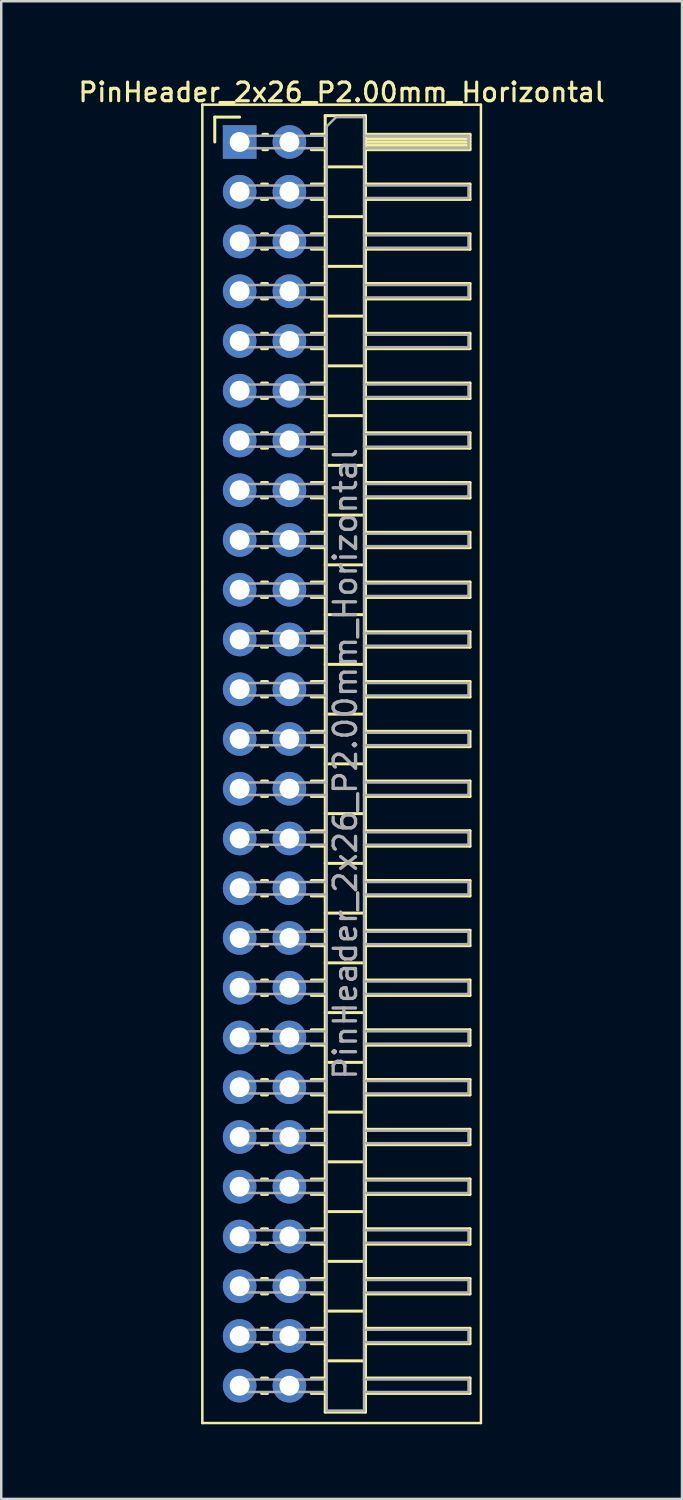
<source format=kicad_pcb>
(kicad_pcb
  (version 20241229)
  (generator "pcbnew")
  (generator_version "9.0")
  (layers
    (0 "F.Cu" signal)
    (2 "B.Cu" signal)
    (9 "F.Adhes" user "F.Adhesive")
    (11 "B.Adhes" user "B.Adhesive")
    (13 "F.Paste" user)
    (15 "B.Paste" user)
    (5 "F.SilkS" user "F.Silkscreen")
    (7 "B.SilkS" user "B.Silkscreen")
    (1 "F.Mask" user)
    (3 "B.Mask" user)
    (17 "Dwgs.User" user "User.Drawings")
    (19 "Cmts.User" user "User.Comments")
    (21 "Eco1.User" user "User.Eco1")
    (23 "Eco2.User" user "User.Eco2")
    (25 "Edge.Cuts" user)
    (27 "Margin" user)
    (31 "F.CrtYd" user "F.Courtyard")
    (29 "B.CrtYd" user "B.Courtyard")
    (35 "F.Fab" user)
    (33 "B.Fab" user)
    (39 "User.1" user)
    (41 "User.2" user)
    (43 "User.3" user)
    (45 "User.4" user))
  (footprint "PinHeader_2x26_P2.00mm_Horizontal"
    (layer "F.Cu")
    (at 6.584 2.658)
    (property "Reference" "PinHeader_2x26_P2.00mm_Horizontal" (at 4.1 -2 0) (layer "F.SilkS") (effects (font (size 0.75 0.75) (thickness 0.125))))
    (attr through_hole)
    (fp_line (start -1.5 -1.5) (end -1.5 51.5) (stroke (width 0.1) (type solid)) (layer "F.SilkS"))
    (fp_line (start -1.5 51.5) (end 9.7 51.5) (stroke (width 0.1) (type solid)) (layer "F.SilkS"))
    (fp_line (start -1 -1) (end 0 -1) (stroke (width 0.12) (type solid)) (layer "F.SilkS"))
    (fp_line (start -1 0) (end -1 -1) (stroke (width 0.12) (type solid)) (layer "F.SilkS"))
    (fp_line (start 0.882 1.69) (end 1.118 1.69) (stroke (width 0.12) (type solid)) (layer "F.SilkS"))
    (fp_line (start 0.882 2.31) (end 1.118 2.31) (stroke (width 0.12) (type solid)) (layer "F.SilkS"))
    (fp_line (start 0.882 3.69) (end 1.118 3.69) (stroke (width 0.12) (type solid)) (layer "F.SilkS"))
    (fp_line (start 0.882 4.31) (end 1.118 4.31) (stroke (width 0.12) (type solid)) (layer "F.SilkS"))
    (fp_line (start 0.882 5.69) (end 1.118 5.69) (stroke (width 0.12) (type solid)) (layer "F.SilkS"))
    (fp_line (start 0.882 6.31) (end 1.118 6.31) (stroke (width 0.12) (type solid)) (layer "F.SilkS"))
    (fp_line (start 0.882 7.69) (end 1.118 7.69) (stroke (width 0.12) (type solid)) (layer "F.SilkS"))
    (fp_line (start 0.882 8.31) (end 1.118 8.31) (stroke (width 0.12) (type solid)) (layer "F.SilkS"))
    (fp_line (start 0.882 9.69) (end 1.118 9.69) (stroke (width 0.12) (type solid)) (layer "F.SilkS"))
    (fp_line (start 0.882 10.31) (end 1.118 10.31) (stroke (width 0.12) (type solid)) (layer "F.SilkS"))
    (fp_line (start 0.882 11.69) (end 1.118 11.69) (stroke (width 0.12) (type solid)) (layer "F.SilkS"))
    (fp_line (start 0.882 12.31) (end 1.118 12.31) (stroke (width 0.12) (type solid)) (layer "F.SilkS"))
    (fp_line (start 0.882 13.69) (end 1.118 13.69) (stroke (width 0.12) (type solid)) (layer "F.SilkS"))
    (fp_line (start 0.882 14.31) (end 1.118 14.31) (stroke (width 0.12) (type solid)) (layer "F.SilkS"))
    (fp_line (start 0.882 15.69) (end 1.118 15.69) (stroke (width 0.12) (type solid)) (layer "F.SilkS"))
    (fp_line (start 0.882 16.31) (end 1.118 16.31) (stroke (width 0.12) (type solid)) (layer "F.SilkS"))
    (fp_line (start 0.882 17.69) (end 1.118 17.69) (stroke (width 0.12) (type solid)) (layer "F.SilkS"))
    (fp_line (start 0.882 18.31) (end 1.118 18.31) (stroke (width 0.12) (type solid)) (layer "F.SilkS"))
    (fp_line (start 0.882 19.69) (end 1.118 19.69) (stroke (width 0.12) (type solid)) (layer "F.SilkS"))
    (fp_line (start 0.882 20.31) (end 1.118 20.31) (stroke (width 0.12) (type solid)) (layer "F.SilkS"))
    (fp_line (start 0.882 21.69) (end 1.118 21.69) (stroke (width 0.12) (type solid)) (layer "F.SilkS"))
    (fp_line (start 0.882 22.31) (end 1.118 22.31) (stroke (width 0.12) (type solid)) (layer "F.SilkS"))
    (fp_line (start 0.882 23.69) (end 1.118 23.69) (stroke (width 0.12) (type solid)) (layer "F.SilkS"))
    (fp_line (start 0.882 24.31) (end 1.118 24.31) (stroke (width 0.12) (type solid)) (layer "F.SilkS"))
    (fp_line (start 0.882 25.69) (end 1.118 25.69) (stroke (width 0.12) (type solid)) (layer "F.SilkS"))
    (fp_line (start 0.882 26.31) (end 1.118 26.31) (stroke (width 0.12) (type solid)) (layer "F.SilkS"))
    (fp_line (start 0.882 27.69) (end 1.118 27.69) (stroke (width 0.12) (type solid)) (layer "F.SilkS"))
    (fp_line (start 0.882 28.31) (end 1.118 28.31) (stroke (width 0.12) (type solid)) (layer "F.SilkS"))
    (fp_line (start 0.882 29.69) (end 1.118 29.69) (stroke (width 0.12) (type solid)) (layer "F.SilkS"))
    (fp_line (start 0.882 30.31) (end 1.118 30.31) (stroke (width 0.12) (type solid)) (layer "F.SilkS"))
    (fp_line (start 0.882 31.69) (end 1.118 31.69) (stroke (width 0.12) (type solid)) (layer "F.SilkS"))
    (fp_line (start 0.882 32.31) (end 1.118 32.31) (stroke (width 0.12) (type solid)) (layer "F.SilkS"))
    (fp_line (start 0.882 33.69) (end 1.118 33.69) (stroke (width 0.12) (type solid)) (layer "F.SilkS"))
    (fp_line (start 0.882 34.31) (end 1.118 34.31) (stroke (width 0.12) (type solid)) (layer "F.SilkS"))
    (fp_line (start 0.882 35.69) (end 1.118 35.69) (stroke (width 0.12) (type solid)) (layer "F.SilkS"))
    (fp_line (start 0.882 36.31) (end 1.118 36.31) (stroke (width 0.12) (type solid)) (layer "F.SilkS"))
    (fp_line (start 0.882 37.69) (end 1.118 37.69) (stroke (width 0.12) (type solid)) (layer "F.SilkS"))
    (fp_line (start 0.882 38.31) (end 1.118 38.31) (stroke (width 0.12) (type solid)) (layer "F.SilkS"))
    (fp_line (start 0.882 39.69) (end 1.118 39.69) (stroke (width 0.12) (type solid)) (layer "F.SilkS"))
    (fp_line (start 0.882 40.31) (end 1.118 40.31) (stroke (width 0.12) (type solid)) (layer "F.SilkS"))
    (fp_line (start 0.882 41.69) (end 1.118 41.69) (stroke (width 0.12) (type solid)) (layer "F.SilkS"))
    (fp_line (start 0.882 42.31) (end 1.118 42.31) (stroke (width 0.12) (type solid)) (layer "F.SilkS"))
    (fp_line (start 0.882 43.69) (end 1.118 43.69) (stroke (width 0.12) (type solid)) (layer "F.SilkS"))
    (fp_line (start 0.882 44.31) (end 1.118 44.31) (stroke (width 0.12) (type solid)) (layer "F.SilkS"))
    (fp_line (start 0.882 45.69) (end 1.118 45.69) (stroke (width 0.12) (type solid)) (layer "F.SilkS"))
    (fp_line (start 0.882 46.31) (end 1.118 46.31) (stroke (width 0.12) (type solid)) (layer "F.SilkS"))
    (fp_line (start 0.882 47.69) (end 1.118 47.69) (stroke (width 0.12) (type solid)) (layer "F.SilkS"))
    (fp_line (start 0.882 48.31) (end 1.118 48.31) (stroke (width 0.12) (type solid)) (layer "F.SilkS"))
    (fp_line (start 0.882 49.69) (end 1.118 49.69) (stroke (width 0.12) (type solid)) (layer "F.SilkS"))
    (fp_line (start 0.882 50.31) (end 1.118 50.31) (stroke (width 0.12) (type solid)) (layer "F.SilkS"))
    (fp_line (start 0.935 -0.31) (end 1.118 -0.31) (stroke (width 0.12) (type solid)) (layer "F.SilkS"))
    (fp_line (start 0.935 0.31) (end 1.118 0.31) (stroke (width 0.12) (type solid)) (layer "F.SilkS"))
    (fp_line (start 2.882 -0.31) (end 3.44 -0.31) (stroke (width 0.12) (type solid)) (layer "F.SilkS"))
    (fp_line (start 2.882 0.31) (end 3.44 0.31) (stroke (width 0.12) (type solid)) (layer "F.SilkS"))
    (fp_line (start 2.882 1.69) (end 3.44 1.69) (stroke (width 0.12) (type solid)) (layer "F.SilkS"))
    (fp_line (start 2.882 2.31) (end 3.44 2.31) (stroke (width 0.12) (type solid)) (layer "F.SilkS"))
    (fp_line (start 2.882 3.69) (end 3.44 3.69) (stroke (width 0.12) (type solid)) (layer "F.SilkS"))
    (fp_line (start 2.882 4.31) (end 3.44 4.31) (stroke (width 0.12) (type solid)) (layer "F.SilkS"))
    (fp_line (start 2.882 5.69) (end 3.44 5.69) (stroke (width 0.12) (type solid)) (layer "F.SilkS"))
    (fp_line (start 2.882 6.31) (end 3.44 6.31) (stroke (width 0.12) (type solid)) (layer "F.SilkS"))
    (fp_line (start 2.882 7.69) (end 3.44 7.69) (stroke (width 0.12) (type solid)) (layer "F.SilkS"))
    (fp_line (start 2.882 8.31) (end 3.44 8.31) (stroke (width 0.12) (type solid)) (layer "F.SilkS"))
    (fp_line (start 2.882 9.69) (end 3.44 9.69) (stroke (width 0.12) (type solid)) (layer "F.SilkS"))
    (fp_line (start 2.882 10.31) (end 3.44 10.31) (stroke (width 0.12) (type solid)) (layer "F.SilkS"))
    (fp_line (start 2.882 11.69) (end 3.44 11.69) (stroke (width 0.12) (type solid)) (layer "F.SilkS"))
    (fp_line (start 2.882 12.31) (end 3.44 12.31) (stroke (width 0.12) (type solid)) (layer "F.SilkS"))
    (fp_line (start 2.882 13.69) (end 3.44 13.69) (stroke (width 0.12) (type solid)) (layer "F.SilkS"))
    (fp_line (start 2.882 14.31) (end 3.44 14.31) (stroke (width 0.12) (type solid)) (layer "F.SilkS"))
    (fp_line (start 2.882 15.69) (end 3.44 15.69) (stroke (width 0.12) (type solid)) (layer "F.SilkS"))
    (fp_line (start 2.882 16.31) (end 3.44 16.31) (stroke (width 0.12) (type solid)) (layer "F.SilkS"))
    (fp_line (start 2.882 17.69) (end 3.44 17.69) (stroke (width 0.12) (type solid)) (layer "F.SilkS"))
    (fp_line (start 2.882 18.31) (end 3.44 18.31) (stroke (width 0.12) (type solid)) (layer "F.SilkS"))
    (fp_line (start 2.882 19.69) (end 3.44 19.69) (stroke (width 0.12) (type solid)) (layer "F.SilkS"))
    (fp_line (start 2.882 20.31) (end 3.44 20.31) (stroke (width 0.12) (type solid)) (layer "F.SilkS"))
    (fp_line (start 2.882 21.69) (end 3.44 21.69) (stroke (width 0.12) (type solid)) (layer "F.SilkS"))
    (fp_line (start 2.882 22.31) (end 3.44 22.31) (stroke (width 0.12) (type solid)) (layer "F.SilkS"))
    (fp_line (start 2.882 23.69) (end 3.44 23.69) (stroke (width 0.12) (type solid)) (layer "F.SilkS"))
    (fp_line (start 2.882 24.31) (end 3.44 24.31) (stroke (width 0.12) (type solid)) (layer "F.SilkS"))
    (fp_line (start 2.882 25.69) (end 3.44 25.69) (stroke (width 0.12) (type solid)) (layer "F.SilkS"))
    (fp_line (start 2.882 26.31) (end 3.44 26.31) (stroke (width 0.12) (type solid)) (layer "F.SilkS"))
    (fp_line (start 2.882 27.69) (end 3.44 27.69) (stroke (width 0.12) (type solid)) (layer "F.SilkS"))
    (fp_line (start 2.882 28.31) (end 3.44 28.31) (stroke (width 0.12) (type solid)) (layer "F.SilkS"))
    (fp_line (start 2.882 29.69) (end 3.44 29.69) (stroke (width 0.12) (type solid)) (layer "F.SilkS"))
    (fp_line (start 2.882 30.31) (end 3.44 30.31) (stroke (width 0.12) (type solid)) (layer "F.SilkS"))
    (fp_line (start 2.882 31.69) (end 3.44 31.69) (stroke (width 0.12) (type solid)) (layer "F.SilkS"))
    (fp_line (start 2.882 32.31) (end 3.44 32.31) (stroke (width 0.12) (type solid)) (layer "F.SilkS"))
    (fp_line (start 2.882 33.69) (end 3.44 33.69) (stroke (width 0.12) (type solid)) (layer "F.SilkS"))
    (fp_line (start 2.882 34.31) (end 3.44 34.31) (stroke (width 0.12) (type solid)) (layer "F.SilkS"))
    (fp_line (start 2.882 35.69) (end 3.44 35.69) (stroke (width 0.12) (type solid)) (layer "F.SilkS"))
    (fp_line (start 2.882 36.31) (end 3.44 36.31) (stroke (width 0.12) (type solid)) (layer "F.SilkS"))
    (fp_line (start 2.882 37.69) (end 3.44 37.69) (stroke (width 0.12) (type solid)) (layer "F.SilkS"))
    (fp_line (start 2.882 38.31) (end 3.44 38.31) (stroke (width 0.12) (type solid)) (layer "F.SilkS"))
    (fp_line (start 2.882 39.69) (end 3.44 39.69) (stroke (width 0.12) (type solid)) (layer "F.SilkS"))
    (fp_line (start 2.882 40.31) (end 3.44 40.31) (stroke (width 0.12) (type solid)) (layer "F.SilkS"))
    (fp_line (start 2.882 41.69) (end 3.44 41.69) (stroke (width 0.12) (type solid)) (layer "F.SilkS"))
    (fp_line (start 2.882 42.31) (end 3.44 42.31) (stroke (width 0.12) (type solid)) (layer "F.SilkS"))
    (fp_line (start 2.882 43.69) (end 3.44 43.69) (stroke (width 0.12) (type solid)) (layer "F.SilkS"))
    (fp_line (start 2.882 44.31) (end 3.44 44.31) (stroke (width 0.12) (type solid)) (layer "F.SilkS"))
    (fp_line (start 2.882 45.69) (end 3.44 45.69) (stroke (width 0.12) (type solid)) (layer "F.SilkS"))
    (fp_line (start 2.882 46.31) (end 3.44 46.31) (stroke (width 0.12) (type solid)) (layer "F.SilkS"))
    (fp_line (start 2.882 47.69) (end 3.44 47.69) (stroke (width 0.12) (type solid)) (layer "F.SilkS"))
    (fp_line (start 2.882 48.31) (end 3.44 48.31) (stroke (width 0.12) (type solid)) (layer "F.SilkS"))
    (fp_line (start 2.882 49.69) (end 3.44 49.69) (stroke (width 0.12) (type solid)) (layer "F.SilkS"))
    (fp_line (start 2.882 50.31) (end 3.44 50.31) (stroke (width 0.12) (type solid)) (layer "F.SilkS"))
    (fp_line (start 3.44 -1.06) (end 3.44 51.06) (stroke (width 0.12) (type solid)) (layer "F.SilkS"))
    (fp_line (start 3.44 1) (end 5.06 1) (stroke (width 0.12) (type solid)) (layer "F.SilkS"))
    (fp_line (start 3.44 3) (end 5.06 3) (stroke (width 0.12) (type solid)) (layer "F.SilkS"))
    (fp_line (start 3.44 5) (end 5.06 5) (stroke (width 0.12) (type solid)) (layer "F.SilkS"))
    (fp_line (start 3.44 7) (end 5.06 7) (stroke (width 0.12) (type solid)) (layer "F.SilkS"))
    (fp_line (start 3.44 9) (end 5.06 9) (stroke (width 0.12) (type solid)) (layer "F.SilkS"))
    (fp_line (start 3.44 11) (end 5.06 11) (stroke (width 0.12) (type solid)) (layer "F.SilkS"))
    (fp_line (start 3.44 13) (end 5.06 13) (stroke (width 0.12) (type solid)) (layer "F.SilkS"))
    (fp_line (start 3.44 15) (end 5.06 15) (stroke (width 0.12) (type solid)) (layer "F.SilkS"))
    (fp_line (start 3.44 17) (end 5.06 17) (stroke (width 0.12) (type solid)) (layer "F.SilkS"))
    (fp_line (start 3.44 19) (end 5.06 19) (stroke (width 0.12) (type solid)) (layer "F.SilkS"))
    (fp_line (start 3.44 21) (end 5.06 21) (stroke (width 0.12) (type solid)) (layer "F.SilkS"))
    (fp_line (start 3.44 23) (end 5.06 23) (stroke (width 0.12) (type solid)) (layer "F.SilkS"))
    (fp_line (start 3.44 25) (end 5.06 25) (stroke (width 0.12) (type solid)) (layer "F.SilkS"))
    (fp_line (start 3.44 27) (end 5.06 27) (stroke (width 0.12) (type solid)) (layer "F.SilkS"))
    (fp_line (start 3.44 29) (end 5.06 29) (stroke (width 0.12) (type solid)) (layer "F.SilkS"))
    (fp_line (start 3.44 31) (end 5.06 31) (stroke (width 0.12) (type solid)) (layer "F.SilkS"))
    (fp_line (start 3.44 33) (end 5.06 33) (stroke (width 0.12) (type solid)) (layer "F.SilkS"))
    (fp_line (start 3.44 35) (end 5.06 35) (stroke (width 0.12) (type solid)) (layer "F.SilkS"))
    (fp_line (start 3.44 37) (end 5.06 37) (stroke (width 0.12) (type solid)) (layer "F.SilkS"))
    (fp_line (start 3.44 39) (end 5.06 39) (stroke (width 0.12) (type solid)) (layer "F.SilkS"))
    (fp_line (start 3.44 41) (end 5.06 41) (stroke (width 0.12) (type solid)) (layer "F.SilkS"))
    (fp_line (start 3.44 43) (end 5.06 43) (stroke (width 0.12) (type solid)) (layer "F.SilkS"))
    (fp_line (start 3.44 45) (end 5.06 45) (stroke (width 0.12) (type solid)) (layer "F.SilkS"))
    (fp_line (start 3.44 47) (end 5.06 47) (stroke (width 0.12) (type solid)) (layer "F.SilkS"))
    (fp_line (start 3.44 49) (end 5.06 49) (stroke (width 0.12) (type solid)) (layer "F.SilkS"))
    (fp_line (start 3.44 51.06) (end 5.06 51.06) (stroke (width 0.12) (type solid)) (layer "F.SilkS"))
    (fp_line (start 5.06 -1.06) (end 3.44 -1.06) (stroke (width 0.12) (type solid)) (layer "F.SilkS"))
    (fp_line (start 5.06 -0.31) (end 9.26 -0.31) (stroke (width 0.12) (type solid)) (layer "F.SilkS"))
    (fp_line (start 5.06 -0.25) (end 9.26 -0.25) (stroke (width 0.12) (type solid)) (layer "F.SilkS"))
    (fp_line (start 5.06 -0.13) (end 9.26 -0.13) (stroke (width 0.12) (type solid)) (layer "F.SilkS"))
    (fp_line (start 5.06 -0.01) (end 9.26 -0.01) (stroke (width 0.12) (type solid)) (layer "F.SilkS"))
    (fp_line (start 5.06 0.11) (end 9.26 0.11) (stroke (width 0.12) (type solid)) (layer "F.SilkS"))
    (fp_line (start 5.06 0.23) (end 9.26 0.23) (stroke (width 0.12) (type solid)) (layer "F.SilkS"))
    (fp_line (start 5.06 1.69) (end 9.26 1.69) (stroke (width 0.12) (type solid)) (layer "F.SilkS"))
    (fp_line (start 5.06 3.69) (end 9.26 3.69) (stroke (width 0.12) (type solid)) (layer "F.SilkS"))
    (fp_line (start 5.06 5.69) (end 9.26 5.69) (stroke (width 0.12) (type solid)) (layer "F.SilkS"))
    (fp_line (start 5.06 7.69) (end 9.26 7.69) (stroke (width 0.12) (type solid)) (layer "F.SilkS"))
    (fp_line (start 5.06 9.69) (end 9.26 9.69) (stroke (width 0.12) (type solid)) (layer "F.SilkS"))
    (fp_line (start 5.06 11.69) (end 9.26 11.69) (stroke (width 0.12) (type solid)) (layer "F.SilkS"))
    (fp_line (start 5.06 13.69) (end 9.26 13.69) (stroke (width 0.12) (type solid)) (layer "F.SilkS"))
    (fp_line (start 5.06 15.69) (end 9.26 15.69) (stroke (width 0.12) (type solid)) (layer "F.SilkS"))
    (fp_line (start 5.06 17.69) (end 9.26 17.69) (stroke (width 0.12) (type solid)) (layer "F.SilkS"))
    (fp_line (start 5.06 19.69) (end 9.26 19.69) (stroke (width 0.12) (type solid)) (layer "F.SilkS"))
    (fp_line (start 5.06 21.69) (end 9.26 21.69) (stroke (width 0.12) (type solid)) (layer "F.SilkS"))
    (fp_line (start 5.06 23.69) (end 9.26 23.69) (stroke (width 0.12) (type solid)) (layer "F.SilkS"))
    (fp_line (start 5.06 25.69) (end 9.26 25.69) (stroke (width 0.12) (type solid)) (layer "F.SilkS"))
    (fp_line (start 5.06 27.69) (end 9.26 27.69) (stroke (width 0.12) (type solid)) (layer "F.SilkS"))
    (fp_line (start 5.06 29.69) (end 9.26 29.69) (stroke (width 0.12) (type solid)) (layer "F.SilkS"))
    (fp_line (start 5.06 31.69) (end 9.26 31.69) (stroke (width 0.12) (type solid)) (layer "F.SilkS"))
    (fp_line (start 5.06 33.69) (end 9.26 33.69) (stroke (width 0.12) (type solid)) (layer "F.SilkS"))
    (fp_line (start 5.06 35.69) (end 9.26 35.69) (stroke (width 0.12) (type solid)) (layer "F.SilkS"))
    (fp_line (start 5.06 37.69) (end 9.26 37.69) (stroke (width 0.12) (type solid)) (layer "F.SilkS"))
    (fp_line (start 5.06 39.69) (end 9.26 39.69) (stroke (width 0.12) (type solid)) (layer "F.SilkS"))
    (fp_line (start 5.06 41.69) (end 9.26 41.69) (stroke (width 0.12) (type solid)) (layer "F.SilkS"))
    (fp_line (start 5.06 43.69) (end 9.26 43.69) (stroke (width 0.12) (type solid)) (layer "F.SilkS"))
    (fp_line (start 5.06 45.69) (end 9.26 45.69) (stroke (width 0.12) (type solid)) (layer "F.SilkS"))
    (fp_line (start 5.06 47.69) (end 9.26 47.69) (stroke (width 0.12) (type solid)) (layer "F.SilkS"))
    (fp_line (start 5.06 49.69) (end 9.26 49.69) (stroke (width 0.12) (type solid)) (layer "F.SilkS"))
    (fp_line (start 5.06 51.06) (end 5.06 -1.06) (stroke (width 0.12) (type solid)) (layer "F.SilkS"))
    (fp_line (start 9.26 -0.31) (end 9.26 0.31) (stroke (width 0.12) (type solid)) (layer "F.SilkS"))
    (fp_line (start 9.26 0.31) (end 5.06 0.31) (stroke (width 0.12) (type solid)) (layer "F.SilkS"))
    (fp_line (start 9.26 1.69) (end 9.26 2.31) (stroke (width 0.12) (type solid)) (layer "F.SilkS"))
    (fp_line (start 9.26 2.31) (end 5.06 2.31) (stroke (width 0.12) (type solid)) (layer "F.SilkS"))
    (fp_line (start 9.26 3.69) (end 9.26 4.31) (stroke (width 0.12) (type solid)) (layer "F.SilkS"))
    (fp_line (start 9.26 4.31) (end 5.06 4.31) (stroke (width 0.12) (type solid)) (layer "F.SilkS"))
    (fp_line (start 9.26 5.69) (end 9.26 6.31) (stroke (width 0.12) (type solid)) (layer "F.SilkS"))
    (fp_line (start 9.26 6.31) (end 5.06 6.31) (stroke (width 0.12) (type solid)) (layer "F.SilkS"))
    (fp_line (start 9.26 7.69) (end 9.26 8.31) (stroke (width 0.12) (type solid)) (layer "F.SilkS"))
    (fp_line (start 9.26 8.31) (end 5.06 8.31) (stroke (width 0.12) (type solid)) (layer "F.SilkS"))
    (fp_line (start 9.26 9.69) (end 9.26 10.31) (stroke (width 0.12) (type solid)) (layer "F.SilkS"))
    (fp_line (start 9.26 10.31) (end 5.06 10.31) (stroke (width 0.12) (type solid)) (layer "F.SilkS"))
    (fp_line (start 9.26 11.69) (end 9.26 12.31) (stroke (width 0.12) (type solid)) (layer "F.SilkS"))
    (fp_line (start 9.26 12.31) (end 5.06 12.31) (stroke (width 0.12) (type solid)) (layer "F.SilkS"))
    (fp_line (start 9.26 13.69) (end 9.26 14.31) (stroke (width 0.12) (type solid)) (layer "F.SilkS"))
    (fp_line (start 9.26 14.31) (end 5.06 14.31) (stroke (width 0.12) (type solid)) (layer "F.SilkS"))
    (fp_line (start 9.26 15.69) (end 9.26 16.31) (stroke (width 0.12) (type solid)) (layer "F.SilkS"))
    (fp_line (start 9.26 16.31) (end 5.06 16.31) (stroke (width 0.12) (type solid)) (layer "F.SilkS"))
    (fp_line (start 9.26 17.69) (end 9.26 18.31) (stroke (width 0.12) (type solid)) (layer "F.SilkS"))
    (fp_line (start 9.26 18.31) (end 5.06 18.31) (stroke (width 0.12) (type solid)) (layer "F.SilkS"))
    (fp_line (start 9.26 19.69) (end 9.26 20.31) (stroke (width 0.12) (type solid)) (layer "F.SilkS"))
    (fp_line (start 9.26 20.31) (end 5.06 20.31) (stroke (width 0.12) (type solid)) (layer "F.SilkS"))
    (fp_line (start 9.26 21.69) (end 9.26 22.31) (stroke (width 0.12) (type solid)) (layer "F.SilkS"))
    (fp_line (start 9.26 22.31) (end 5.06 22.31) (stroke (width 0.12) (type solid)) (layer "F.SilkS"))
    (fp_line (start 9.26 23.69) (end 9.26 24.31) (stroke (width 0.12) (type solid)) (layer "F.SilkS"))
    (fp_line (start 9.26 24.31) (end 5.06 24.31) (stroke (width 0.12) (type solid)) (layer "F.SilkS"))
    (fp_line (start 9.26 25.69) (end 9.26 26.31) (stroke (width 0.12) (type solid)) (layer "F.SilkS"))
    (fp_line (start 9.26 26.31) (end 5.06 26.31) (stroke (width 0.12) (type solid)) (layer "F.SilkS"))
    (fp_line (start 9.26 27.69) (end 9.26 28.31) (stroke (width 0.12) (type solid)) (layer "F.SilkS"))
    (fp_line (start 9.26 28.31) (end 5.06 28.31) (stroke (width 0.12) (type solid)) (layer "F.SilkS"))
    (fp_line (start 9.26 29.69) (end 9.26 30.31) (stroke (width 0.12) (type solid)) (layer "F.SilkS"))
    (fp_line (start 9.26 30.31) (end 5.06 30.31) (stroke (width 0.12) (type solid)) (layer "F.SilkS"))
    (fp_line (start 9.26 31.69) (end 9.26 32.31) (stroke (width 0.12) (type solid)) (layer "F.SilkS"))
    (fp_line (start 9.26 32.31) (end 5.06 32.31) (stroke (width 0.12) (type solid)) (layer "F.SilkS"))
    (fp_line (start 9.26 33.69) (end 9.26 34.31) (stroke (width 0.12) (type solid)) (layer "F.SilkS"))
    (fp_line (start 9.26 34.31) (end 5.06 34.31) (stroke (width 0.12) (type solid)) (layer "F.SilkS"))
    (fp_line (start 9.26 35.69) (end 9.26 36.31) (stroke (width 0.12) (type solid)) (layer "F.SilkS"))
    (fp_line (start 9.26 36.31) (end 5.06 36.31) (stroke (width 0.12) (type solid)) (layer "F.SilkS"))
    (fp_line (start 9.26 37.69) (end 9.26 38.31) (stroke (width 0.12) (type solid)) (layer "F.SilkS"))
    (fp_line (start 9.26 38.31) (end 5.06 38.31) (stroke (width 0.12) (type solid)) (layer "F.SilkS"))
    (fp_line (start 9.26 39.69) (end 9.26 40.31) (stroke (width 0.12) (type solid)) (layer "F.SilkS"))
    (fp_line (start 9.26 40.31) (end 5.06 40.31) (stroke (width 0.12) (type solid)) (layer "F.SilkS"))
    (fp_line (start 9.26 41.69) (end 9.26 42.31) (stroke (width 0.12) (type solid)) (layer "F.SilkS"))
    (fp_line (start 9.26 42.31) (end 5.06 42.31) (stroke (width 0.12) (type solid)) (layer "F.SilkS"))
    (fp_line (start 9.26 43.69) (end 9.26 44.31) (stroke (width 0.12) (type solid)) (layer "F.SilkS"))
    (fp_line (start 9.26 44.31) (end 5.06 44.31) (stroke (width 0.12) (type solid)) (layer "F.SilkS"))
    (fp_line (start 9.26 45.69) (end 9.26 46.31) (stroke (width 0.12) (type solid)) (layer "F.SilkS"))
    (fp_line (start 9.26 46.31) (end 5.06 46.31) (stroke (width 0.12) (type solid)) (layer "F.SilkS"))
    (fp_line (start 9.26 47.69) (end 9.26 48.31) (stroke (width 0.12) (type solid)) (layer "F.SilkS"))
    (fp_line (start 9.26 48.31) (end 5.06 48.31) (stroke (width 0.12) (type solid)) (layer "F.SilkS"))
    (fp_line (start 9.26 49.69) (end 9.26 50.31) (stroke (width 0.12) (type solid)) (layer "F.SilkS"))
    (fp_line (start 9.26 50.31) (end 5.06 50.31) (stroke (width 0.12) (type solid)) (layer "F.SilkS"))
    (fp_line (start 9.7 -1.5) (end -1.5 -1.5) (stroke (width 0.1) (type solid)) (layer "F.SilkS"))
    (fp_line (start 9.7 51.5) (end 9.7 -1.5) (stroke (width 0.1) (type solid)) (layer "F.SilkS"))
    (fp_line (start -0.25 -0.25) (end -0.25 0.25) (stroke (width 0.1) (type solid)) (layer "F.Fab"))
    (fp_line (start -0.25 -0.25) (end 3.5 -0.25) (stroke (width 0.1) (type solid)) (layer "F.Fab"))
    (fp_line (start -0.25 0.25) (end 3.5 0.25) (stroke (width 0.1) (type solid)) (layer "F.Fab"))
    (fp_line (start -0.25 1.75) (end -0.25 2.25) (stroke (width 0.1) (type solid)) (layer "F.Fab"))
    (fp_line (start -0.25 1.75) (end 3.5 1.75) (stroke (width 0.1) (type solid)) (layer "F.Fab"))
    (fp_line (start -0.25 2.25) (end 3.5 2.25) (stroke (width 0.1) (type solid)) (layer "F.Fab"))
    (fp_line (start -0.25 3.75) (end -0.25 4.25) (stroke (width 0.1) (type solid)) (layer "F.Fab"))
    (fp_line (start -0.25 3.75) (end 3.5 3.75) (stroke (width 0.1) (type solid)) (layer "F.Fab"))
    (fp_line (start -0.25 4.25) (end 3.5 4.25) (stroke (width 0.1) (type solid)) (layer "F.Fab"))
    (fp_line (start -0.25 5.75) (end -0.25 6.25) (stroke (width 0.1) (type solid)) (layer "F.Fab"))
    (fp_line (start -0.25 5.75) (end 3.5 5.75) (stroke (width 0.1) (type solid)) (layer "F.Fab"))
    (fp_line (start -0.25 6.25) (end 3.5 6.25) (stroke (width 0.1) (type solid)) (layer "F.Fab"))
    (fp_line (start -0.25 7.75) (end -0.25 8.25) (stroke (width 0.1) (type solid)) (layer "F.Fab"))
    (fp_line (start -0.25 7.75) (end 3.5 7.75) (stroke (width 0.1) (type solid)) (layer "F.Fab"))
    (fp_line (start -0.25 8.25) (end 3.5 8.25) (stroke (width 0.1) (type solid)) (layer "F.Fab"))
    (fp_line (start -0.25 9.75) (end -0.25 10.25) (stroke (width 0.1) (type solid)) (layer "F.Fab"))
    (fp_line (start -0.25 9.75) (end 3.5 9.75) (stroke (width 0.1) (type solid)) (layer "F.Fab"))
    (fp_line (start -0.25 10.25) (end 3.5 10.25) (stroke (width 0.1) (type solid)) (layer "F.Fab"))
    (fp_line (start -0.25 11.75) (end -0.25 12.25) (stroke (width 0.1) (type solid)) (layer "F.Fab"))
    (fp_line (start -0.25 11.75) (end 3.5 11.75) (stroke (width 0.1) (type solid)) (layer "F.Fab"))
    (fp_line (start -0.25 12.25) (end 3.5 12.25) (stroke (width 0.1) (type solid)) (layer "F.Fab"))
    (fp_line (start -0.25 13.75) (end -0.25 14.25) (stroke (width 0.1) (type solid)) (layer "F.Fab"))
    (fp_line (start -0.25 13.75) (end 3.5 13.75) (stroke (width 0.1) (type solid)) (layer "F.Fab"))
    (fp_line (start -0.25 14.25) (end 3.5 14.25) (stroke (width 0.1) (type solid)) (layer "F.Fab"))
    (fp_line (start -0.25 15.75) (end -0.25 16.25) (stroke (width 0.1) (type solid)) (layer "F.Fab"))
    (fp_line (start -0.25 15.75) (end 3.5 15.75) (stroke (width 0.1) (type solid)) (layer "F.Fab"))
    (fp_line (start -0.25 16.25) (end 3.5 16.25) (stroke (width 0.1) (type solid)) (layer "F.Fab"))
    (fp_line (start -0.25 17.75) (end -0.25 18.25) (stroke (width 0.1) (type solid)) (layer "F.Fab"))
    (fp_line (start -0.25 17.75) (end 3.5 17.75) (stroke (width 0.1) (type solid)) (layer "F.Fab"))
    (fp_line (start -0.25 18.25) (end 3.5 18.25) (stroke (width 0.1) (type solid)) (layer "F.Fab"))
    (fp_line (start -0.25 19.75) (end -0.25 20.25) (stroke (width 0.1) (type solid)) (layer "F.Fab"))
    (fp_line (start -0.25 19.75) (end 3.5 19.75) (stroke (width 0.1) (type solid)) (layer "F.Fab"))
    (fp_line (start -0.25 20.25) (end 3.5 20.25) (stroke (width 0.1) (type solid)) (layer "F.Fab"))
    (fp_line (start -0.25 21.75) (end -0.25 22.25) (stroke (width 0.1) (type solid)) (layer "F.Fab"))
    (fp_line (start -0.25 21.75) (end 3.5 21.75) (stroke (width 0.1) (type solid)) (layer "F.Fab"))
    (fp_line (start -0.25 22.25) (end 3.5 22.25) (stroke (width 0.1) (type solid)) (layer "F.Fab"))
    (fp_line (start -0.25 23.75) (end -0.25 24.25) (stroke (width 0.1) (type solid)) (layer "F.Fab"))
    (fp_line (start -0.25 23.75) (end 3.5 23.75) (stroke (width 0.1) (type solid)) (layer "F.Fab"))
    (fp_line (start -0.25 24.25) (end 3.5 24.25) (stroke (width 0.1) (type solid)) (layer "F.Fab"))
    (fp_line (start -0.25 25.75) (end -0.25 26.25) (stroke (width 0.1) (type solid)) (layer "F.Fab"))
    (fp_line (start -0.25 25.75) (end 3.5 25.75) (stroke (width 0.1) (type solid)) (layer "F.Fab"))
    (fp_line (start -0.25 26.25) (end 3.5 26.25) (stroke (width 0.1) (type solid)) (layer "F.Fab"))
    (fp_line (start -0.25 27.75) (end -0.25 28.25) (stroke (width 0.1) (type solid)) (layer "F.Fab"))
    (fp_line (start -0.25 27.75) (end 3.5 27.75) (stroke (width 0.1) (type solid)) (layer "F.Fab"))
    (fp_line (start -0.25 28.25) (end 3.5 28.25) (stroke (width 0.1) (type solid)) (layer "F.Fab"))
    (fp_line (start -0.25 29.75) (end -0.25 30.25) (stroke (width 0.1) (type solid)) (layer "F.Fab"))
    (fp_line (start -0.25 29.75) (end 3.5 29.75) (stroke (width 0.1) (type solid)) (layer "F.Fab"))
    (fp_line (start -0.25 30.25) (end 3.5 30.25) (stroke (width 0.1) (type solid)) (layer "F.Fab"))
    (fp_line (start -0.25 31.75) (end -0.25 32.25) (stroke (width 0.1) (type solid)) (layer "F.Fab"))
    (fp_line (start -0.25 31.75) (end 3.5 31.75) (stroke (width 0.1) (type solid)) (layer "F.Fab"))
    (fp_line (start -0.25 32.25) (end 3.5 32.25) (stroke (width 0.1) (type solid)) (layer "F.Fab"))
    (fp_line (start -0.25 33.75) (end -0.25 34.25) (stroke (width 0.1) (type solid)) (layer "F.Fab"))
    (fp_line (start -0.25 33.75) (end 3.5 33.75) (stroke (width 0.1) (type solid)) (layer "F.Fab"))
    (fp_line (start -0.25 34.25) (end 3.5 34.25) (stroke (width 0.1) (type solid)) (layer "F.Fab"))
    (fp_line (start -0.25 35.75) (end -0.25 36.25) (stroke (width 0.1) (type solid)) (layer "F.Fab"))
    (fp_line (start -0.25 35.75) (end 3.5 35.75) (stroke (width 0.1) (type solid)) (layer "F.Fab"))
    (fp_line (start -0.25 36.25) (end 3.5 36.25) (stroke (width 0.1) (type solid)) (layer "F.Fab"))
    (fp_line (start -0.25 37.75) (end -0.25 38.25) (stroke (width 0.1) (type solid)) (layer "F.Fab"))
    (fp_line (start -0.25 37.75) (end 3.5 37.75) (stroke (width 0.1) (type solid)) (layer "F.Fab"))
    (fp_line (start -0.25 38.25) (end 3.5 38.25) (stroke (width 0.1) (type solid)) (layer "F.Fab"))
    (fp_line (start -0.25 39.75) (end -0.25 40.25) (stroke (width 0.1) (type solid)) (layer "F.Fab"))
    (fp_line (start -0.25 39.75) (end 3.5 39.75) (stroke (width 0.1) (type solid)) (layer "F.Fab"))
    (fp_line (start -0.25 40.25) (end 3.5 40.25) (stroke (width 0.1) (type solid)) (layer "F.Fab"))
    (fp_line (start -0.25 41.75) (end -0.25 42.25) (stroke (width 0.1) (type solid)) (layer "F.Fab"))
    (fp_line (start -0.25 41.75) (end 3.5 41.75) (stroke (width 0.1) (type solid)) (layer "F.Fab"))
    (fp_line (start -0.25 42.25) (end 3.5 42.25) (stroke (width 0.1) (type solid)) (layer "F.Fab"))
    (fp_line (start -0.25 43.75) (end -0.25 44.25) (stroke (width 0.1) (type solid)) (layer "F.Fab"))
    (fp_line (start -0.25 43.75) (end 3.5 43.75) (stroke (width 0.1) (type solid)) (layer "F.Fab"))
    (fp_line (start -0.25 44.25) (end 3.5 44.25) (stroke (width 0.1) (type solid)) (layer "F.Fab"))
    (fp_line (start -0.25 45.75) (end -0.25 46.25) (stroke (width 0.1) (type solid)) (layer "F.Fab"))
    (fp_line (start -0.25 45.75) (end 3.5 45.75) (stroke (width 0.1) (type solid)) (layer "F.Fab"))
    (fp_line (start -0.25 46.25) (end 3.5 46.25) (stroke (width 0.1) (type solid)) (layer "F.Fab"))
    (fp_line (start -0.25 47.75) (end -0.25 48.25) (stroke (width 0.1) (type solid)) (layer "F.Fab"))
    (fp_line (start -0.25 47.75) (end 3.5 47.75) (stroke (width 0.1) (type solid)) (layer "F.Fab"))
    (fp_line (start -0.25 48.25) (end 3.5 48.25) (stroke (width 0.1) (type solid)) (layer "F.Fab"))
    (fp_line (start -0.25 49.75) (end -0.25 50.25) (stroke (width 0.1) (type solid)) (layer "F.Fab"))
    (fp_line (start -0.25 49.75) (end 3.5 49.75) (stroke (width 0.1) (type solid)) (layer "F.Fab"))
    (fp_line (start -0.25 50.25) (end 3.5 50.25) (stroke (width 0.1) (type solid)) (layer "F.Fab"))
    (fp_line (start 3.5 -0.625) (end 3.875 -1) (stroke (width 0.1) (type solid)) (layer "F.Fab"))
    (fp_line (start 3.5 51) (end 3.5 -0.625) (stroke (width 0.1) (type solid)) (layer "F.Fab"))
    (fp_line (start 3.875 -1) (end 5 -1) (stroke (width 0.1) (type solid)) (layer "F.Fab"))
    (fp_line (start 5 -1) (end 5 51) (stroke (width 0.1) (type solid)) (layer "F.Fab"))
    (fp_line (start 5 -0.25) (end 9.2 -0.25) (stroke (width 0.1) (type solid)) (layer "F.Fab"))
    (fp_line (start 5 0.25) (end 9.2 0.25) (stroke (width 0.1) (type solid)) (layer "F.Fab"))
    (fp_line (start 5 1.75) (end 9.2 1.75) (stroke (width 0.1) (type solid)) (layer "F.Fab"))
    (fp_line (start 5 2.25) (end 9.2 2.25) (stroke (width 0.1) (type solid)) (layer "F.Fab"))
    (fp_line (start 5 3.75) (end 9.2 3.75) (stroke (width 0.1) (type solid)) (layer "F.Fab"))
    (fp_line (start 5 4.25) (end 9.2 4.25) (stroke (width 0.1) (type solid)) (layer "F.Fab"))
    (fp_line (start 5 5.75) (end 9.2 5.75) (stroke (width 0.1) (type solid)) (layer "F.Fab"))
    (fp_line (start 5 6.25) (end 9.2 6.25) (stroke (width 0.1) (type solid)) (layer "F.Fab"))
    (fp_line (start 5 7.75) (end 9.2 7.75) (stroke (width 0.1) (type solid)) (layer "F.Fab"))
    (fp_line (start 5 8.25) (end 9.2 8.25) (stroke (width 0.1) (type solid)) (layer "F.Fab"))
    (fp_line (start 5 9.75) (end 9.2 9.75) (stroke (width 0.1) (type solid)) (layer "F.Fab"))
    (fp_line (start 5 10.25) (end 9.2 10.25) (stroke (width 0.1) (type solid)) (layer "F.Fab"))
    (fp_line (start 5 11.75) (end 9.2 11.75) (stroke (width 0.1) (type solid)) (layer "F.Fab"))
    (fp_line (start 5 12.25) (end 9.2 12.25) (stroke (width 0.1) (type solid)) (layer "F.Fab"))
    (fp_line (start 5 13.75) (end 9.2 13.75) (stroke (width 0.1) (type solid)) (layer "F.Fab"))
    (fp_line (start 5 14.25) (end 9.2 14.25) (stroke (width 0.1) (type solid)) (layer "F.Fab"))
    (fp_line (start 5 15.75) (end 9.2 15.75) (stroke (width 0.1) (type solid)) (layer "F.Fab"))
    (fp_line (start 5 16.25) (end 9.2 16.25) (stroke (width 0.1) (type solid)) (layer "F.Fab"))
    (fp_line (start 5 17.75) (end 9.2 17.75) (stroke (width 0.1) (type solid)) (layer "F.Fab"))
    (fp_line (start 5 18.25) (end 9.2 18.25) (stroke (width 0.1) (type solid)) (layer "F.Fab"))
    (fp_line (start 5 19.75) (end 9.2 19.75) (stroke (width 0.1) (type solid)) (layer "F.Fab"))
    (fp_line (start 5 20.25) (end 9.2 20.25) (stroke (width 0.1) (type solid)) (layer "F.Fab"))
    (fp_line (start 5 21.75) (end 9.2 21.75) (stroke (width 0.1) (type solid)) (layer "F.Fab"))
    (fp_line (start 5 22.25) (end 9.2 22.25) (stroke (width 0.1) (type solid)) (layer "F.Fab"))
    (fp_line (start 5 23.75) (end 9.2 23.75) (stroke (width 0.1) (type solid)) (layer "F.Fab"))
    (fp_line (start 5 24.25) (end 9.2 24.25) (stroke (width 0.1) (type solid)) (layer "F.Fab"))
    (fp_line (start 5 25.75) (end 9.2 25.75) (stroke (width 0.1) (type solid)) (layer "F.Fab"))
    (fp_line (start 5 26.25) (end 9.2 26.25) (stroke (width 0.1) (type solid)) (layer "F.Fab"))
    (fp_line (start 5 27.75) (end 9.2 27.75) (stroke (width 0.1) (type solid)) (layer "F.Fab"))
    (fp_line (start 5 28.25) (end 9.2 28.25) (stroke (width 0.1) (type solid)) (layer "F.Fab"))
    (fp_line (start 5 29.75) (end 9.2 29.75) (stroke (width 0.1) (type solid)) (layer "F.Fab"))
    (fp_line (start 5 30.25) (end 9.2 30.25) (stroke (width 0.1) (type solid)) (layer "F.Fab"))
    (fp_line (start 5 31.75) (end 9.2 31.75) (stroke (width 0.1) (type solid)) (layer "F.Fab"))
    (fp_line (start 5 32.25) (end 9.2 32.25) (stroke (width 0.1) (type solid)) (layer "F.Fab"))
    (fp_line (start 5 33.75) (end 9.2 33.75) (stroke (width 0.1) (type solid)) (layer "F.Fab"))
    (fp_line (start 5 34.25) (end 9.2 34.25) (stroke (width 0.1) (type solid)) (layer "F.Fab"))
    (fp_line (start 5 35.75) (end 9.2 35.75) (stroke (width 0.1) (type solid)) (layer "F.Fab"))
    (fp_line (start 5 36.25) (end 9.2 36.25) (stroke (width 0.1) (type solid)) (layer "F.Fab"))
    (fp_line (start 5 37.75) (end 9.2 37.75) (stroke (width 0.1) (type solid)) (layer "F.Fab"))
    (fp_line (start 5 38.25) (end 9.2 38.25) (stroke (width 0.1) (type solid)) (layer "F.Fab"))
    (fp_line (start 5 39.75) (end 9.2 39.75) (stroke (width 0.1) (type solid)) (layer "F.Fab"))
    (fp_line (start 5 40.25) (end 9.2 40.25) (stroke (width 0.1) (type solid)) (layer "F.Fab"))
    (fp_line (start 5 41.75) (end 9.2 41.75) (stroke (width 0.1) (type solid)) (layer "F.Fab"))
    (fp_line (start 5 42.25) (end 9.2 42.25) (stroke (width 0.1) (type solid)) (layer "F.Fab"))
    (fp_line (start 5 43.75) (end 9.2 43.75) (stroke (width 0.1) (type solid)) (layer "F.Fab"))
    (fp_line (start 5 44.25) (end 9.2 44.25) (stroke (width 0.1) (type solid)) (layer "F.Fab"))
    (fp_line (start 5 45.75) (end 9.2 45.75) (stroke (width 0.1) (type solid)) (layer "F.Fab"))
    (fp_line (start 5 46.25) (end 9.2 46.25) (stroke (width 0.1) (type solid)) (layer "F.Fab"))
    (fp_line (start 5 47.75) (end 9.2 47.75) (stroke (width 0.1) (type solid)) (layer "F.Fab"))
    (fp_line (start 5 48.25) (end 9.2 48.25) (stroke (width 0.1) (type solid)) (layer "F.Fab"))
    (fp_line (start 5 49.75) (end 9.2 49.75) (stroke (width 0.1) (type solid)) (layer "F.Fab"))
    (fp_line (start 5 50.25) (end 9.2 50.25) (stroke (width 0.1) (type solid)) (layer "F.Fab"))
    (fp_line (start 5 51) (end 3.5 51) (stroke (width 0.1) (type solid)) (layer "F.Fab"))
    (fp_line (start 9.2 -0.25) (end 9.2 0.25) (stroke (width 0.1) (type solid)) (layer "F.Fab"))
    (fp_line (start 9.2 1.75) (end 9.2 2.25) (stroke (width 0.1) (type solid)) (layer "F.Fab"))
    (fp_line (start 9.2 3.75) (end 9.2 4.25) (stroke (width 0.1) (type solid)) (layer "F.Fab"))
    (fp_line (start 9.2 5.75) (end 9.2 6.25) (stroke (width 0.1) (type solid)) (layer "F.Fab"))
    (fp_line (start 9.2 7.75) (end 9.2 8.25) (stroke (width 0.1) (type solid)) (layer "F.Fab"))
    (fp_line (start 9.2 9.75) (end 9.2 10.25) (stroke (width 0.1) (type solid)) (layer "F.Fab"))
    (fp_line (start 9.2 11.75) (end 9.2 12.25) (stroke (width 0.1) (type solid)) (layer "F.Fab"))
    (fp_line (start 9.2 13.75) (end 9.2 14.25) (stroke (width 0.1) (type solid)) (layer "F.Fab"))
    (fp_line (start 9.2 15.75) (end 9.2 16.25) (stroke (width 0.1) (type solid)) (layer "F.Fab"))
    (fp_line (start 9.2 17.75) (end 9.2 18.25) (stroke (width 0.1) (type solid)) (layer "F.Fab"))
    (fp_line (start 9.2 19.75) (end 9.2 20.25) (stroke (width 0.1) (type solid)) (layer "F.Fab"))
    (fp_line (start 9.2 21.75) (end 9.2 22.25) (stroke (width 0.1) (type solid)) (layer "F.Fab"))
    (fp_line (start 9.2 23.75) (end 9.2 24.25) (stroke (width 0.1) (type solid)) (layer "F.Fab"))
    (fp_line (start 9.2 25.75) (end 9.2 26.25) (stroke (width 0.1) (type solid)) (layer "F.Fab"))
    (fp_line (start 9.2 27.75) (end 9.2 28.25) (stroke (width 0.1) (type solid)) (layer "F.Fab"))
    (fp_line (start 9.2 29.75) (end 9.2 30.25) (stroke (width 0.1) (type solid)) (layer "F.Fab"))
    (fp_line (start 9.2 31.75) (end 9.2 32.25) (stroke (width 0.1) (type solid)) (layer "F.Fab"))
    (fp_line (start 9.2 33.75) (end 9.2 34.25) (stroke (width 0.1) (type solid)) (layer "F.Fab"))
    (fp_line (start 9.2 35.75) (end 9.2 36.25) (stroke (width 0.1) (type solid)) (layer "F.Fab"))
    (fp_line (start 9.2 37.75) (end 9.2 38.25) (stroke (width 0.1) (type solid)) (layer "F.Fab"))
    (fp_line (start 9.2 39.75) (end 9.2 40.25) (stroke (width 0.1) (type solid)) (layer "F.Fab"))
    (fp_line (start 9.2 41.75) (end 9.2 42.25) (stroke (width 0.1) (type solid)) (layer "F.Fab"))
    (fp_line (start 9.2 43.75) (end 9.2 44.25) (stroke (width 0.1) (type solid)) (layer "F.Fab"))
    (fp_line (start 9.2 45.75) (end 9.2 46.25) (stroke (width 0.1) (type solid)) (layer "F.Fab"))
    (fp_line (start 9.2 47.75) (end 9.2 48.25) (stroke (width 0.1) (type solid)) (layer "F.Fab"))
    (fp_line (start 9.2 49.75) (end 9.2 50.25) (stroke (width 0.1) (type solid)) (layer "F.Fab"))
    (fp_text user "${REFERENCE}" (at 4.25 25 90) (layer "F.Fab") (effects (font (size 0.9 0.9) (thickness 0.135))))
    (pad "1" thru_hole rect (at 0 0) (size 1.35 1.35) (drill 0.8) (layers "*.Cu" "*.Mask"))
    (pad "2" thru_hole oval (at 2 0) (size 1.35 1.35) (drill 0.8) (layers "*.Cu" "*.Mask"))
    (pad "3" thru_hole oval (at 0 2) (size 1.35 1.35) (drill 0.8) (layers "*.Cu" "*.Mask"))
    (pad "4" thru_hole oval (at 2 2) (size 1.35 1.35) (drill 0.8) (layers "*.Cu" "*.Mask"))
    (pad "5" thru_hole oval (at 0 4) (size 1.35 1.35) (drill 0.8) (layers "*.Cu" "*.Mask"))
    (pad "6" thru_hole oval (at 2 4) (size 1.35 1.35) (drill 0.8) (layers "*.Cu" "*.Mask"))
    (pad "7" thru_hole oval (at 0 6) (size 1.35 1.35) (drill 0.8) (layers "*.Cu" "*.Mask"))
    (pad "8" thru_hole oval (at 2 6) (size 1.35 1.35) (drill 0.8) (layers "*.Cu" "*.Mask"))
    (pad "9" thru_hole oval (at 0 8) (size 1.35 1.35) (drill 0.8) (layers "*.Cu" "*.Mask"))
    (pad "10" thru_hole oval (at 2 8) (size 1.35 1.35) (drill 0.8) (layers "*.Cu" "*.Mask"))
    (pad "11" thru_hole oval (at 0 10) (size 1.35 1.35) (drill 0.8) (layers "*.Cu" "*.Mask"))
    (pad "12" thru_hole oval (at 2 10) (size 1.35 1.35) (drill 0.8) (layers "*.Cu" "*.Mask"))
    (pad "13" thru_hole oval (at 0 12) (size 1.35 1.35) (drill 0.8) (layers "*.Cu" "*.Mask"))
    (pad "14" thru_hole oval (at 2 12) (size 1.35 1.35) (drill 0.8) (layers "*.Cu" "*.Mask"))
    (pad "15" thru_hole oval (at 0 14) (size 1.35 1.35) (drill 0.8) (layers "*.Cu" "*.Mask"))
    (pad "16" thru_hole oval (at 2 14) (size 1.35 1.35) (drill 0.8) (layers "*.Cu" "*.Mask"))
    (pad "17" thru_hole oval (at 0 16) (size 1.35 1.35) (drill 0.8) (layers "*.Cu" "*.Mask"))
    (pad "18" thru_hole oval (at 2 16) (size 1.35 1.35) (drill 0.8) (layers "*.Cu" "*.Mask"))
    (pad "19" thru_hole oval (at 0 18) (size 1.35 1.35) (drill 0.8) (layers "*.Cu" "*.Mask"))
    (pad "20" thru_hole oval (at 2 18) (size 1.35 1.35) (drill 0.8) (layers "*.Cu" "*.Mask"))
    (pad "21" thru_hole oval (at 0 20) (size 1.35 1.35) (drill 0.8) (layers "*.Cu" "*.Mask"))
    (pad "22" thru_hole oval (at 2 20) (size 1.35 1.35) (drill 0.8) (layers "*.Cu" "*.Mask"))
    (pad "23" thru_hole oval (at 0 22) (size 1.35 1.35) (drill 0.8) (layers "*.Cu" "*.Mask"))
    (pad "24" thru_hole oval (at 2 22) (size 1.35 1.35) (drill 0.8) (layers "*.Cu" "*.Mask"))
    (pad "25" thru_hole oval (at 0 24) (size 1.35 1.35) (drill 0.8) (layers "*.Cu" "*.Mask"))
    (pad "26" thru_hole oval (at 2 24) (size 1.35 1.35) (drill 0.8) (layers "*.Cu" "*.Mask"))
    (pad "27" thru_hole oval (at 0 26) (size 1.35 1.35) (drill 0.8) (layers "*.Cu" "*.Mask"))
    (pad "28" thru_hole oval (at 2 26) (size 1.35 1.35) (drill 0.8) (layers "*.Cu" "*.Mask"))
    (pad "29" thru_hole oval (at 0 28) (size 1.35 1.35) (drill 0.8) (layers "*.Cu" "*.Mask"))
    (pad "30" thru_hole oval (at 2 28) (size 1.35 1.35) (drill 0.8) (layers "*.Cu" "*.Mask"))
    (pad "31" thru_hole oval (at 0 30) (size 1.35 1.35) (drill 0.8) (layers "*.Cu" "*.Mask"))
    (pad "32" thru_hole oval (at 2 30) (size 1.35 1.35) (drill 0.8) (layers "*.Cu" "*.Mask"))
    (pad "33" thru_hole oval (at 0 32) (size 1.35 1.35) (drill 0.8) (layers "*.Cu" "*.Mask"))
    (pad "34" thru_hole oval (at 2 32) (size 1.35 1.35) (drill 0.8) (layers "*.Cu" "*.Mask"))
    (pad "35" thru_hole oval (at 0 34) (size 1.35 1.35) (drill 0.8) (layers "*.Cu" "*.Mask"))
    (pad "36" thru_hole oval (at 2 34) (size 1.35 1.35) (drill 0.8) (layers "*.Cu" "*.Mask"))
    (pad "37" thru_hole oval (at 0 36) (size 1.35 1.35) (drill 0.8) (layers "*.Cu" "*.Mask"))
    (pad "38" thru_hole oval (at 2 36) (size 1.35 1.35) (drill 0.8) (layers "*.Cu" "*.Mask"))
    (pad "39" thru_hole oval (at 0 38) (size 1.35 1.35) (drill 0.8) (layers "*.Cu" "*.Mask"))
    (pad "40" thru_hole oval (at 2 38) (size 1.35 1.35) (drill 0.8) (layers "*.Cu" "*.Mask"))
    (pad "41" thru_hole oval (at 0 40) (size 1.35 1.35) (drill 0.8) (layers "*.Cu" "*.Mask"))
    (pad "42" thru_hole oval (at 2 40) (size 1.35 1.35) (drill 0.8) (layers "*.Cu" "*.Mask"))
    (pad "43" thru_hole oval (at 0 42) (size 1.35 1.35) (drill 0.8) (layers "*.Cu" "*.Mask"))
    (pad "44" thru_hole oval (at 2 42) (size 1.35 1.35) (drill 0.8) (layers "*.Cu" "*.Mask"))
    (pad "45" thru_hole oval (at 0 44) (size 1.35 1.35) (drill 0.8) (layers "*.Cu" "*.Mask"))
    (pad "46" thru_hole oval (at 2 44) (size 1.35 1.35) (drill 0.8) (layers "*.Cu" "*.Mask"))
    (pad "47" thru_hole oval (at 0 46) (size 1.35 1.35) (drill 0.8) (layers "*.Cu" "*.Mask"))
    (pad "48" thru_hole oval (at 2 46) (size 1.35 1.35) (drill 0.8) (layers "*.Cu" "*.Mask"))
    (pad "49" thru_hole oval (at 0 48) (size 1.35 1.35) (drill 0.8) (layers "*.Cu" "*.Mask"))
    (pad "50" thru_hole oval (at 2 48) (size 1.35 1.35) (drill 0.8) (layers "*.Cu" "*.Mask"))
    (pad "51" thru_hole oval (at 0 50) (size 1.35 1.35) (drill 0.8) (layers "*.Cu" "*.Mask"))
    (pad "52" thru_hole oval (at 2 50) (size 1.35 1.35) (drill 0.8) (layers "*.Cu" "*.Mask")))
  (gr_rect
    (start -3 -3)
    (end 24.368 57.208)
    (stroke (width 0.1) (type default))
    (fill no)
    (layer "Edge.Cuts")))
</source>
